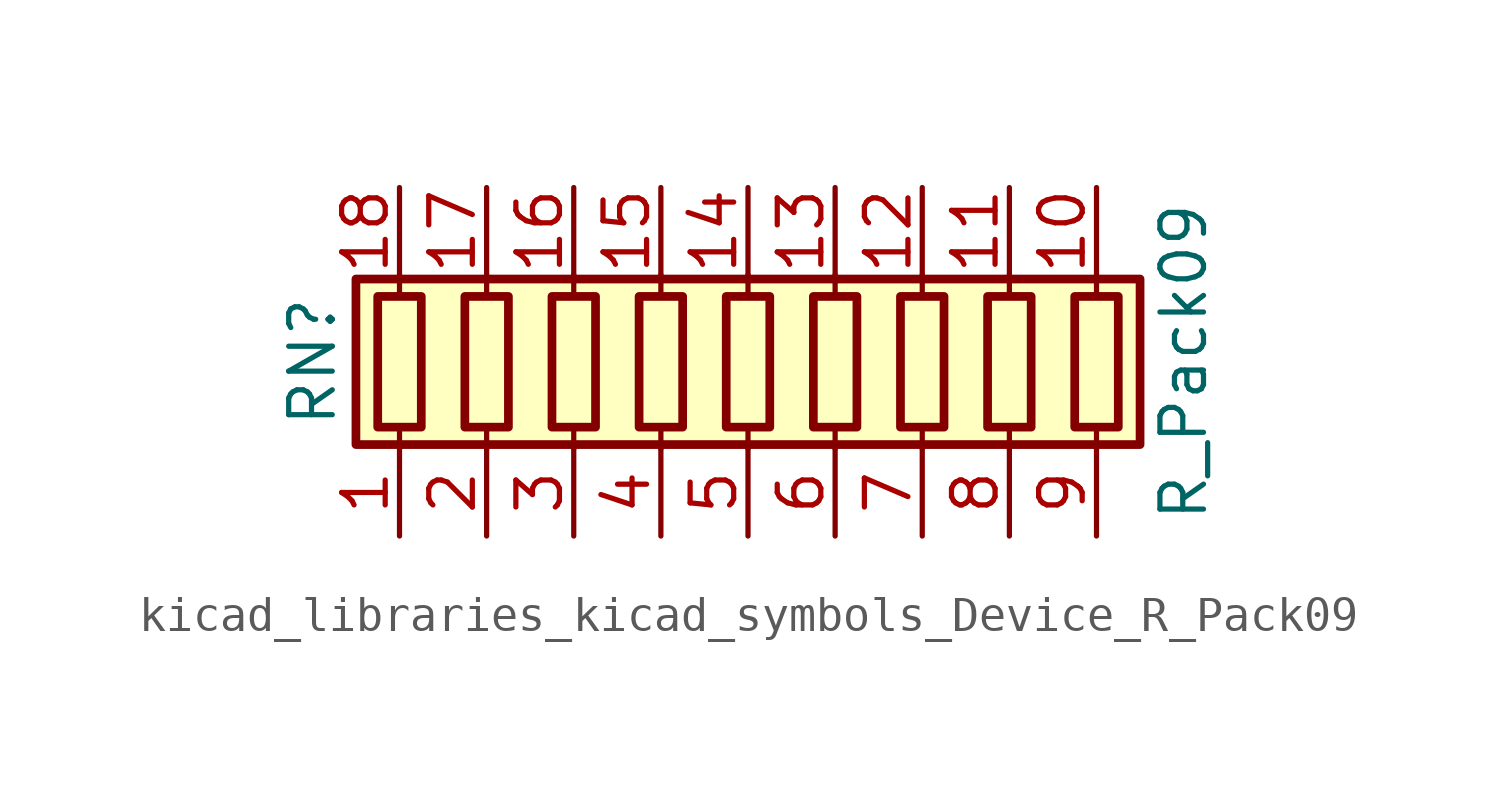
<source format=kicad_sym>
(kicad_symbol_lib
  (version 20220914)
  (generator kicad_symbol_editor)
  (symbol "kicad_libraries_kicad_symbols_Device_R_Pack09"
    (pin_names
      (offset 0) hide)
    (property "Reference" "RN"
      (at -12.7 0 90)
      (effects (font (size 1.27 1.27))))
    (property "Value" "R_Pack09"
      (at 12.7 0 90)
      (effects (font (size 1.27 1.27))))
    (symbol "kicad_libraries_kicad_symbols_Device_R_Pack09_0_1"
      (rectangle (start -11.43 -2.413) (end 11.43 2.413) (stroke (width 0.254) (type default)) (fill (type background)))
      (rectangle (start -10.795 1.905) (end -9.525 -1.905) (stroke (width 0.254) (type default)) (fill (type none)))
      (rectangle (start -8.255 1.905) (end -6.985 -1.905) (stroke (width 0.254) (type default)) (fill (type none)))
      (rectangle (start -5.715 1.905) (end -4.445 -1.905) (stroke (width 0.254) (type default)) (fill (type none)))
      (rectangle (start -3.175 1.905) (end -1.905 -1.905) (stroke (width 0.254) (type default)) (fill (type none)))
      (rectangle (start -0.635 1.905) (end 0.635 -1.905) (stroke (width 0.254) (type default)) (fill (type none)))
      (polyline (pts (xy -10.16 -2.54) (xy -10.16 -1.905)) (stroke (width 0) (type default)) (fill (type none)))
      (polyline (pts (xy -10.16 1.905) (xy -10.16 2.54)) (stroke (width 0) (type default)) (fill (type none)))
      (polyline (pts (xy -7.62 -2.54) (xy -7.62 -1.905)) (stroke (width 0) (type default)) (fill (type none)))
      (polyline (pts (xy -7.62 1.905) (xy -7.62 2.54)) (stroke (width 0) (type default)) (fill (type none)))
      (polyline (pts (xy -5.08 -2.54) (xy -5.08 -1.905)) (stroke (width 0) (type default)) (fill (type none)))
      (polyline (pts (xy -5.08 1.905) (xy -5.08 2.54)) (stroke (width 0) (type default)) (fill (type none)))
      (polyline (pts (xy -2.54 -2.54) (xy -2.54 -1.905)) (stroke (width 0) (type default)) (fill (type none)))
      (polyline (pts (xy -2.54 1.905) (xy -2.54 2.54)) (stroke (width 0) (type default)) (fill (type none)))
      (polyline (pts (xy 0 -2.54) (xy 0 -1.905)) (stroke (width 0) (type default)) (fill (type none)))
      (polyline (pts (xy 0 1.905) (xy 0 2.54)) (stroke (width 0) (type default)) (fill (type none)))
      (polyline (pts (xy 2.54 -2.54) (xy 2.54 -1.905)) (stroke (width 0) (type default)) (fill (type none)))
      (polyline (pts (xy 2.54 1.905) (xy 2.54 2.54)) (stroke (width 0) (type default)) (fill (type none)))
      (polyline (pts (xy 5.08 -2.54) (xy 5.08 -1.905)) (stroke (width 0) (type default)) (fill (type none)))
      (polyline (pts (xy 5.08 1.905) (xy 5.08 2.54)) (stroke (width 0) (type default)) (fill (type none)))
      (polyline (pts (xy 7.62 -2.54) (xy 7.62 -1.905)) (stroke (width 0) (type default)) (fill (type none)))
      (polyline (pts (xy 7.62 1.905) (xy 7.62 2.54)) (stroke (width 0) (type default)) (fill (type none)))
      (polyline (pts (xy 10.16 -2.54) (xy 10.16 -1.905)) (stroke (width 0) (type default)) (fill (type none)))
      (polyline (pts (xy 10.16 1.905) (xy 10.16 2.54)) (stroke (width 0) (type default)) (fill (type none)))
      (rectangle (start 1.905 1.905) (end 3.175 -1.905) (stroke (width 0.254) (type default)) (fill (type none)))
      (rectangle (start 4.445 1.905) (end 5.715 -1.905) (stroke (width 0.254) (type default)) (fill (type none)))
      (rectangle (start 6.985 1.905) (end 8.255 -1.905) (stroke (width 0.254) (type default)) (fill (type none)))
      (rectangle (start 9.525 1.905) (end 10.795 -1.905) (stroke (width 0.254) (type default)) (fill (type none))))
    (symbol "kicad_libraries_kicad_symbols_Device_R_Pack09_1_1"
      (pin passive line (at -10.16 -5.08 90) (length 2.54) (name "R1.1" (effects (font (size 1.27 1.27)))) (number "1" (effects (font (size 1.27 1.27)))))
      (pin passive line (at 10.16 5.08 270) (length 2.54) (name "R9.2" (effects (font (size 1.27 1.27)))) (number "10" (effects (font (size 1.27 1.27)))))
      (pin passive line (at 7.62 5.08 270) (length 2.54) (name "R8.2" (effects (font (size 1.27 1.27)))) (number "11" (effects (font (size 1.27 1.27)))))
      (pin passive line (at 5.08 5.08 270) (length 2.54) (name "R7.2" (effects (font (size 1.27 1.27)))) (number "12" (effects (font (size 1.27 1.27)))))
      (pin passive line (at 2.54 5.08 270) (length 2.54) (name "R6.2" (effects (font (size 1.27 1.27)))) (number "13" (effects (font (size 1.27 1.27)))))
      (pin passive line (at 0 5.08 270) (length 2.54) (name "R5.2" (effects (font (size 1.27 1.27)))) (number "14" (effects (font (size 1.27 1.27)))))
      (pin passive line (at -2.54 5.08 270) (length 2.54) (name "R4.2" (effects (font (size 1.27 1.27)))) (number "15" (effects (font (size 1.27 1.27)))))
      (pin passive line (at -5.08 5.08 270) (length 2.54) (name "R3.2" (effects (font (size 1.27 1.27)))) (number "16" (effects (font (size 1.27 1.27)))))
      (pin passive line (at -7.62 5.08 270) (length 2.54) (name "R2.2" (effects (font (size 1.27 1.27)))) (number "17" (effects (font (size 1.27 1.27)))))
      (pin passive line (at -10.16 5.08 270) (length 2.54) (name "R1.2" (effects (font (size 1.27 1.27)))) (number "18" (effects (font (size 1.27 1.27)))))
      (pin passive line (at -7.62 -5.08 90) (length 2.54) (name "R2.1" (effects (font (size 1.27 1.27)))) (number "2" (effects (font (size 1.27 1.27)))))
      (pin passive line (at -5.08 -5.08 90) (length 2.54) (name "R3.1" (effects (font (size 1.27 1.27)))) (number "3" (effects (font (size 1.27 1.27)))))
      (pin passive line (at -2.54 -5.08 90) (length 2.54) (name "R4.1" (effects (font (size 1.27 1.27)))) (number "4" (effects (font (size 1.27 1.27)))))
      (pin passive line (at 0 -5.08 90) (length 2.54) (name "R5.1" (effects (font (size 1.27 1.27)))) (number "5" (effects (font (size 1.27 1.27)))))
      (pin passive line (at 2.54 -5.08 90) (length 2.54) (name "R6.1" (effects (font (size 1.27 1.27)))) (number "6" (effects (font (size 1.27 1.27)))))
      (pin passive line (at 5.08 -5.08 90) (length 2.54) (name "R7.1" (effects (font (size 1.27 1.27)))) (number "7" (effects (font (size 1.27 1.27)))))
      (pin passive line (at 7.62 -5.08 90) (length 2.54) (name "R8.1" (effects (font (size 1.27 1.27)))) (number "8" (effects (font (size 1.27 1.27)))))
      (pin passive line (at 10.16 -5.08 90) (length 2.54) (name "R9.1" (effects (font (size 1.27 1.27)))) (number "9" (effects (font (size 1.27 1.27))))))))
</source>
